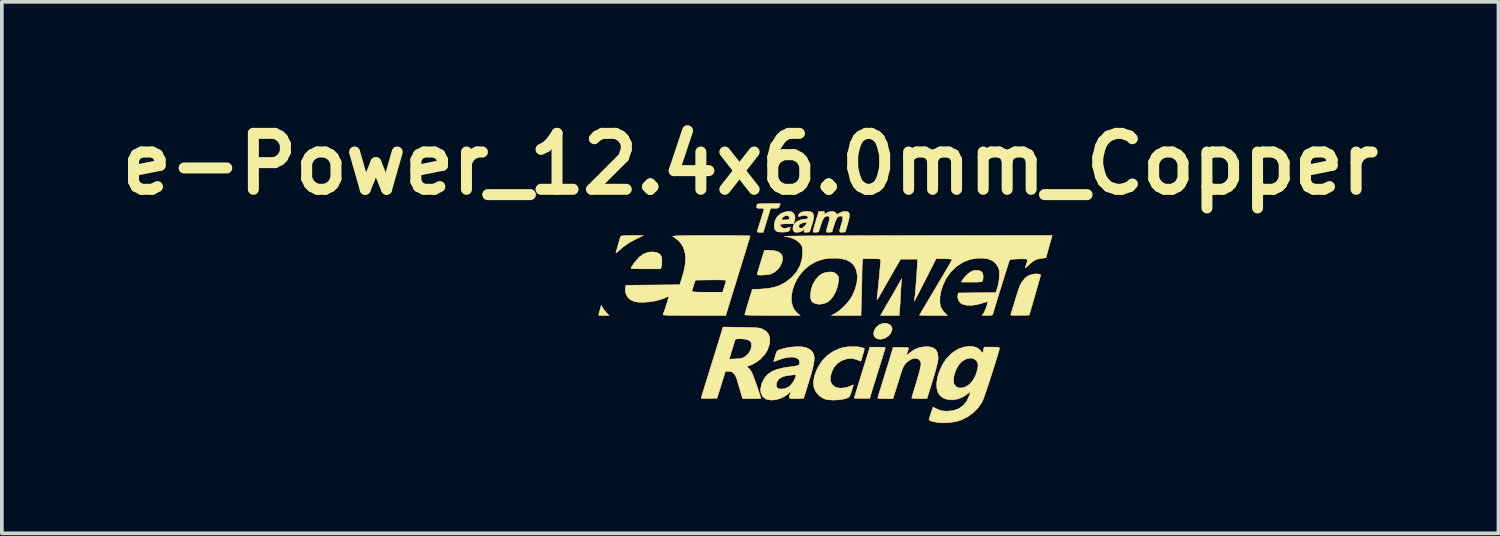
<source format=kicad_pcb>
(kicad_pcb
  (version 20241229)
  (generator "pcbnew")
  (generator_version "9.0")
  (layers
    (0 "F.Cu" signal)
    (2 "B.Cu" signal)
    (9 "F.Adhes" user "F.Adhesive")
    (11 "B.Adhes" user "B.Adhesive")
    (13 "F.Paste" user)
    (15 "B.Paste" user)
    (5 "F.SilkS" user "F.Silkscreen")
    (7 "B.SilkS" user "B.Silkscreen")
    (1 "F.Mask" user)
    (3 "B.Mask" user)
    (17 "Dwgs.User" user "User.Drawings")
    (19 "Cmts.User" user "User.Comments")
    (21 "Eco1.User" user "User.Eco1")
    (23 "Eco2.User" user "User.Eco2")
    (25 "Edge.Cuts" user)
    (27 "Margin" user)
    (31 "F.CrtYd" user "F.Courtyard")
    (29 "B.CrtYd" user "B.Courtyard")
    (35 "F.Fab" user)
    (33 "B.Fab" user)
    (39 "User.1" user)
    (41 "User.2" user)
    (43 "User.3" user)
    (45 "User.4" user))
  (footprint "e-Power_12.4x6.0mm_Copper"
    (layer "F.Cu")
    (at 19.42 5.482)
    (property "Reference" "e-Power_12.4x6.0mm_Copper" (at -2.032 -4.064 0) (layer "F.SilkS") (effects (font (size 1.524 1.524) (thickness 0.3))))
    (attr through_hole)
    (fp_poly (pts (xy -6.058 -0.155) (xy -6.025 -0.104) (xy -5.976 -0.043) (xy -5.952 -0.016) (xy -5.876 0.064) (xy -6.018 0.064) (xy -6.089 0.062) (xy -6.14 0.058) (xy -6.159 0.053) (xy -6.16 0.053) (xy -6.154 0.028) (xy -6.141 -0.025) (xy -6.124 -0.087) (xy -6.088 -0.215) (xy -6.058 -0.155)) (stroke (width 0.01) (type solid)) (fill yes) (layer "F.Cu"))
    (fp_poly (pts (xy 1.753 0.301) (xy 1.808 0.347) (xy 1.835 0.412) (xy 1.834 0.459) (xy 1.8 0.548) (xy 1.734 0.624) (xy 1.647 0.679) (xy 1.549 0.709) (xy 1.451 0.705) (xy 1.45 0.704) (xy 1.382 0.671) (xy 1.344 0.616) (xy 1.333 0.546) (xy 1.35 0.471) (xy 1.393 0.397) (xy 1.461 0.333) (xy 1.504 0.306) (xy 1.593 0.276) (xy 1.679 0.276) (xy 1.753 0.301)) (stroke (width 0.01) (type solid)) (fill yes) (layer "F.Cu"))
    (fp_poly (pts (xy 4.21 -1.159) (xy 4.272 -1.129) (xy 4.297 -1.101) (xy 4.315 -1.035) (xy 4.315 -0.95) (xy 4.305 -0.894) (xy 4.298 -0.875) (xy 4.285 -0.862) (xy 4.259 -0.854) (xy 4.212 -0.849) (xy 4.139 -0.847) (xy 4.031 -0.847) (xy 4.007 -0.847) (xy 3.723 -0.847) (xy 3.761 -0.912) (xy 3.817 -0.988) (xy 3.892 -1.061) (xy 3.972 -1.122) (xy 4.044 -1.159) (xy 4.051 -1.161) (xy 4.132 -1.17) (xy 4.21 -1.159)) (stroke (width 0.01) (type solid)) (fill yes) (layer "F.Cu"))
    (fp_poly (pts (xy -5.243 -2.116) (xy -4.942 -2.116) (xy -5.133 -2.024) (xy -5.332 -1.917) (xy -5.505 -1.794) (xy -5.617 -1.696) (xy -5.663 -1.654) (xy -5.685 -1.639) (xy -5.689 -1.649) (xy -5.682 -1.672) (xy -5.669 -1.717) (xy -5.649 -1.789) (xy -5.625 -1.875) (xy -5.618 -1.899) (xy -5.595 -1.981) (xy -5.574 -2.048) (xy -5.559 -2.089) (xy -5.557 -2.095) (xy -5.53 -2.104) (xy -5.467 -2.111) (xy -5.371 -2.115) (xy -5.248 -2.116) (xy -5.243 -2.116)) (stroke (width 0.01) (type solid)) (fill yes) (layer "F.Cu"))
    (fp_poly (pts (xy 2.087 -0.836) (xy 2.082 -0.773) (xy 2.076 -0.681) (xy 2.07 -0.571) (xy 2.064 -0.456) (xy 2.064 -0.455) (xy 2.058 -0.338) (xy 2.052 -0.224) (xy 2.046 -0.126) (xy 2.04 -0.058) (xy 2.028 0.064) (xy 1.521 0.064) (xy 1.589 -0.058) (xy 1.633 -0.135) (xy 1.688 -0.231) (xy 1.745 -0.327) (xy 1.758 -0.349) (xy 1.813 -0.443) (xy 1.879 -0.556) (xy 1.945 -0.671) (xy 1.978 -0.73) (xy 2.099 -0.942) (xy 2.087 -0.836)) (stroke (width 0.01) (type solid)) (fill yes) (layer "F.Cu"))
    (fp_poly (pts (xy -4.567 -1.649) (xy -4.493 -1.609) (xy -4.45 -1.543) (xy -4.435 -1.449) (xy -4.435 -1.434) (xy -4.438 -1.357) (xy -4.446 -1.289) (xy -4.451 -1.265) (xy -4.467 -1.206) (xy -4.88 -1.206) (xy -5.022 -1.207) (xy -5.126 -1.208) (xy -5.199 -1.21) (xy -5.245 -1.213) (xy -5.269 -1.22) (xy -5.277 -1.228) (xy -5.275 -1.241) (xy -5.272 -1.247) (xy -5.235 -1.305) (xy -5.18 -1.379) (xy -5.118 -1.454) (xy -5.063 -1.516) (xy -5.041 -1.537) (xy -4.922 -1.62) (xy -4.795 -1.663) (xy -4.676 -1.668) (xy -4.567 -1.649)) (stroke (width 0.01) (type solid)) (fill yes) (layer "F.Cu"))
    (fp_poly (pts (xy -1.525 -1.714) (xy -1.383 -1.704) (xy -1.275 -1.676) (xy -1.201 -1.629) (xy -1.188 -1.616) (xy -1.152 -1.545) (xy -1.148 -1.458) (xy -1.172 -1.364) (xy -1.219 -1.27) (xy -1.286 -1.185) (xy -1.369 -1.116) (xy -1.464 -1.07) (xy -1.469 -1.068) (xy -1.533 -1.054) (xy -1.61 -1.044) (xy -1.691 -1.038) (xy -1.763 -1.037) (xy -1.817 -1.041) (xy -1.841 -1.051) (xy -1.842 -1.053) (xy -1.836 -1.078) (xy -1.82 -1.136) (xy -1.795 -1.219) (xy -1.764 -1.322) (xy -1.743 -1.392) (xy -1.643 -1.714) (xy -1.525 -1.714)) (stroke (width 0.01) (type solid)) (fill yes) (layer "F.Cu"))
    (fp_poly (pts (xy 0.212 -1.119) (xy 0.261 -1.105) (xy 0.303 -1.076) (xy 0.322 -1.057) (xy 0.359 -1.017) (xy 0.376 -0.981) (xy 0.38 -0.932) (xy 0.375 -0.872) (xy 0.349 -0.727) (xy 0.3 -0.589) (xy 0.234 -0.465) (xy 0.156 -0.364) (xy 0.069 -0.297) (xy 0.064 -0.294) (xy -0.04 -0.256) (xy -0.15 -0.243) (xy -0.245 -0.255) (xy -0.32 -0.289) (xy -0.365 -0.341) (xy -0.386 -0.42) (xy -0.389 -0.494) (xy -0.369 -0.645) (xy -0.32 -0.789) (xy -0.245 -0.917) (xy -0.15 -1.02) (xy -0.062 -1.08) (xy 0.041 -1.113) (xy 0.138 -1.122) (xy 0.212 -1.119)) (stroke (width 0.01) (type solid)) (fill yes) (layer "F.Cu"))
    (fp_poly (pts (xy 5.836 -1.064) (xy 5.876 -1.051) (xy 5.884 -1.04) (xy 5.879 -1.017) (xy 5.863 -0.959) (xy 5.838 -0.871) (xy 5.806 -0.758) (xy 5.769 -0.627) (xy 5.729 -0.487) (xy 5.573 0.053) (xy 5.316 0.059) (xy 5.205 0.061) (xy 5.13 0.059) (xy 5.086 0.054) (xy 5.069 0.045) (xy 5.068 0.038) (xy 5.078 0.008) (xy 5.097 -0.053) (xy 5.123 -0.139) (xy 5.154 -0.241) (xy 5.165 -0.275) (xy 5.211 -0.426) (xy 5.247 -0.543) (xy 5.276 -0.631) (xy 5.298 -0.696) (xy 5.317 -0.745) (xy 5.335 -0.782) (xy 5.353 -0.815) (xy 5.375 -0.848) (xy 5.379 -0.855) (xy 5.456 -0.951) (xy 5.539 -1.015) (xy 5.643 -1.056) (xy 5.647 -1.057) (xy 5.709 -1.067) (xy 5.776 -1.069) (xy 5.836 -1.064)) (stroke (width 0.01) (type solid)) (fill yes) (layer "F.Cu"))
    (fp_poly (pts (xy 1.529 0.933) (xy 1.599 0.936) (xy 1.642 0.941) (xy 1.651 0.945) (xy 1.645 0.97) (xy 1.627 1.03) (xy 1.6 1.12) (xy 1.565 1.234) (xy 1.523 1.369) (xy 1.476 1.518) (xy 1.426 1.677) (xy 1.418 1.704) (xy 1.384 1.813) (xy 1.344 1.941) (xy 1.305 2.066) (xy 1.292 2.111) (xy 1.226 2.328) (xy 1.015 2.328) (xy 0.926 2.327) (xy 0.856 2.325) (xy 0.813 2.321) (xy 0.804 2.318) (xy 0.81 2.296) (xy 0.827 2.239) (xy 0.854 2.151) (xy 0.888 2.038) (xy 0.929 1.906) (xy 0.974 1.759) (xy 0.986 1.72) (xy 1.034 1.564) (xy 1.08 1.417) (xy 1.121 1.284) (xy 1.156 1.172) (xy 1.182 1.088) (xy 1.197 1.036) (xy 1.199 1.032) (xy 1.229 0.931) (xy 1.44 0.931) (xy 1.529 0.933)) (stroke (width 0.01) (type solid)) (fill yes) (layer "F.Cu"))
    (fp_poly (pts (xy -1.231 -2.921) (xy -1.247 -2.884) (xy -1.271 -2.865) (xy -1.315 -2.858) (xy -1.363 -2.857) (xy -1.474 -2.857) (xy -1.508 -2.746) (xy -1.529 -2.677) (xy -1.558 -2.583) (xy -1.591 -2.478) (xy -1.609 -2.418) (xy -1.675 -2.201) (xy -1.761 -2.201) (xy -1.815 -2.204) (xy -1.837 -2.216) (xy -1.836 -2.238) (xy -1.826 -2.272) (xy -1.806 -2.337) (xy -1.779 -2.424) (xy -1.748 -2.524) (xy -1.746 -2.529) (xy -1.715 -2.63) (xy -1.688 -2.718) (xy -1.668 -2.784) (xy -1.657 -2.82) (xy -1.657 -2.82) (xy -1.656 -2.842) (xy -1.676 -2.853) (xy -1.726 -2.857) (xy -1.757 -2.857) (xy -1.821 -2.859) (xy -1.852 -2.866) (xy -1.859 -2.883) (xy -1.855 -2.905) (xy -1.845 -2.949) (xy -1.842 -2.969) (xy -1.822 -2.974) (xy -1.767 -2.979) (xy -1.684 -2.982) (xy -1.581 -2.984) (xy -1.525 -2.985) (xy -1.209 -2.985) (xy -1.231 -2.921)) (stroke (width 0.01) (type solid)) (fill yes) (layer "F.Cu"))
    (fp_poly (pts (xy -0.398 -2.765) (xy -0.339 -2.74) (xy -0.307 -2.693) (xy -0.299 -2.621) (xy -0.316 -2.521) (xy -0.355 -2.387) (xy -0.356 -2.381) (xy -0.413 -2.212) (xy -0.494 -2.205) (xy -0.546 -2.203) (xy -0.565 -2.212) (xy -0.562 -2.239) (xy -0.56 -2.246) (xy -0.545 -2.293) (xy -0.604 -2.247) (xy -0.665 -2.216) (xy -0.736 -2.202) (xy -0.803 -2.207) (xy -0.842 -2.227) (xy -0.866 -2.277) (xy -0.864 -2.345) (xy -0.853 -2.375) (xy -0.709 -2.375) (xy -0.699 -2.34) (xy -0.659 -2.311) (xy -0.613 -2.318) (xy -0.555 -2.363) (xy -0.549 -2.369) (xy -0.501 -2.424) (xy -0.489 -2.459) (xy -0.513 -2.473) (xy -0.565 -2.469) (xy -0.636 -2.448) (xy -0.687 -2.414) (xy -0.709 -2.375) (xy -0.853 -2.375) (xy -0.839 -2.415) (xy -0.815 -2.451) (xy -0.75 -2.502) (xy -0.658 -2.541) (xy -0.554 -2.56) (xy -0.521 -2.561) (xy -0.469 -2.572) (xy -0.451 -2.601) (xy -0.468 -2.638) (xy -0.51 -2.659) (xy -0.576 -2.661) (xy -0.654 -2.645) (xy -0.684 -2.634) (xy -0.713 -2.63) (xy -0.718 -2.655) (xy -0.716 -2.669) (xy -0.688 -2.721) (xy -0.623 -2.756) (xy -0.522 -2.772) (xy -0.485 -2.773) (xy -0.398 -2.765)) (stroke (width 0.01) (type solid)) (fill yes) (layer "F.Cu"))
    (fp_poly (pts (xy -0.919 -2.767) (xy -0.876 -2.746) (xy -0.848 -2.717) (xy -0.812 -2.651) (xy -0.808 -2.578) (xy -0.828 -2.501) (xy -0.851 -2.434) (xy -1.027 -2.434) (xy -1.11 -2.432) (xy -1.175 -2.426) (xy -1.212 -2.417) (xy -1.217 -2.414) (xy -1.213 -2.385) (xy -1.184 -2.35) (xy -1.144 -2.319) (xy -1.106 -2.307) (xy -1.06 -2.313) (xy -1.001 -2.327) (xy -0.999 -2.327) (xy -0.953 -2.338) (xy -0.937 -2.332) (xy -0.943 -2.303) (xy -0.943 -2.301) (xy -0.962 -2.255) (xy -0.976 -2.234) (xy -1.01 -2.22) (xy -1.071 -2.212) (xy -1.146 -2.208) (xy -1.222 -2.21) (xy -1.282 -2.218) (xy -1.306 -2.226) (xy -1.353 -2.271) (xy -1.376 -2.342) (xy -1.375 -2.429) (xy -1.352 -2.522) (xy -1.332 -2.56) (xy -1.176 -2.56) (xy -1.172 -2.546) (xy -1.14 -2.541) (xy -1.081 -2.54) (xy -1.009 -2.544) (xy -0.97 -2.559) (xy -0.96 -2.573) (xy -0.963 -2.613) (xy -0.981 -2.641) (xy -1.028 -2.662) (xy -1.085 -2.651) (xy -1.14 -2.612) (xy -1.159 -2.588) (xy -1.176 -2.56) (xy -1.332 -2.56) (xy -1.305 -2.611) (xy -1.289 -2.633) (xy -1.211 -2.702) (xy -1.109 -2.751) (xy -1 -2.773) (xy -0.987 -2.773) (xy -0.919 -2.767)) (stroke (width 0.01) (type solid)) (fill yes) (layer "F.Cu"))
    (fp_poly (pts (xy 0.883 0.916) (xy 0.971 0.927) (xy 1.038 0.943) (xy 1.075 0.965) (xy 1.079 0.977) (xy 1.074 1.004) (xy 1.06 1.059) (xy 1.04 1.128) (xy 1.02 1.2) (xy 1.001 1.261) (xy 0.988 1.3) (xy 0.985 1.307) (xy 0.965 1.303) (xy 0.918 1.285) (xy 0.878 1.268) (xy 0.751 1.234) (xy 0.616 1.241) (xy 0.476 1.288) (xy 0.442 1.305) (xy 0.336 1.378) (xy 0.257 1.47) (xy 0.195 1.593) (xy 0.189 1.608) (xy 0.155 1.736) (xy 0.156 1.846) (xy 0.192 1.934) (xy 0.262 1.999) (xy 0.345 2.034) (xy 0.441 2.044) (xy 0.554 2.032) (xy 0.668 2.001) (xy 0.728 1.974) (xy 0.769 1.956) (xy 0.781 1.959) (xy 0.778 1.973) (xy 0.767 2.008) (xy 0.748 2.069) (xy 0.729 2.135) (xy 0.698 2.224) (xy 0.663 2.282) (xy 0.648 2.296) (xy 0.574 2.327) (xy 0.472 2.35) (xy 0.351 2.364) (xy 0.226 2.368) (xy 0.108 2.362) (xy 0.017 2.345) (xy -0.043 2.319) (xy -0.114 2.275) (xy -0.158 2.24) (xy -0.246 2.137) (xy -0.296 2.016) (xy -0.307 1.876) (xy -0.281 1.718) (xy -0.216 1.542) (xy -0.187 1.48) (xy -0.077 1.305) (xy 0.064 1.158) (xy 0.232 1.041) (xy 0.422 0.959) (xy 0.48 0.942) (xy 0.572 0.924) (xy 0.675 0.914) (xy 0.782 0.912) (xy 0.883 0.916)) (stroke (width 0.01) (type solid)) (fill yes) (layer "F.Cu"))
    (fp_poly (pts (xy -0.025 -2.77) (xy -0.004 -2.758) (xy -0.006 -2.73) (xy -0.006 -2.73) (xy -0.018 -2.687) (xy 0.052 -2.73) (xy 0.13 -2.764) (xy 0.208 -2.772) (xy 0.272 -2.756) (xy 0.303 -2.729) (xy 0.334 -2.686) (xy 0.405 -2.729) (xy 0.475 -2.759) (xy 0.551 -2.772) (xy 0.617 -2.766) (xy 0.652 -2.747) (xy 0.671 -2.71) (xy 0.673 -2.648) (xy 0.659 -2.558) (xy 0.627 -2.436) (xy 0.617 -2.402) (xy 0.559 -2.212) (xy 0.48 -2.205) (xy 0.439 -2.203) (xy 0.415 -2.21) (xy 0.406 -2.233) (xy 0.412 -2.277) (xy 0.432 -2.351) (xy 0.454 -2.421) (xy 0.482 -2.52) (xy 0.492 -2.587) (xy 0.486 -2.626) (xy 0.461 -2.643) (xy 0.436 -2.646) (xy 0.387 -2.638) (xy 0.348 -2.609) (xy 0.312 -2.554) (xy 0.277 -2.466) (xy 0.256 -2.402) (xy 0.197 -2.212) (xy 0.12 -2.205) (xy 0.079 -2.203) (xy 0.055 -2.21) (xy 0.046 -2.233) (xy 0.052 -2.278) (xy 0.073 -2.352) (xy 0.094 -2.421) (xy 0.122 -2.52) (xy 0.133 -2.587) (xy 0.126 -2.626) (xy 0.101 -2.643) (xy 0.076 -2.646) (xy 0.028 -2.638) (xy -0.011 -2.61) (xy -0.046 -2.556) (xy -0.082 -2.47) (xy -0.105 -2.402) (xy -0.166 -2.212) (xy -0.244 -2.205) (xy -0.295 -2.203) (xy -0.315 -2.214) (xy -0.314 -2.247) (xy -0.312 -2.258) (xy -0.301 -2.302) (xy -0.281 -2.376) (xy -0.254 -2.468) (xy -0.231 -2.545) (xy -0.16 -2.773) (xy -0.078 -2.773) (xy -0.025 -2.77)) (stroke (width 0.01) (type solid)) (fill yes) (layer "F.Cu"))
    (fp_poly (pts (xy 2.858 0.918) (xy 2.961 0.947) (xy 3.033 1.004) (xy 3.076 1.09) (xy 3.09 1.206) (xy 3.09 1.211) (xy 3.087 1.263) (xy 3.077 1.329) (xy 3.059 1.414) (xy 3.031 1.521) (xy 2.993 1.655) (xy 2.944 1.82) (xy 2.883 2.02) (xy 2.867 2.069) (xy 2.786 2.328) (xy 2.578 2.328) (xy 2.49 2.327) (xy 2.421 2.323) (xy 2.379 2.316) (xy 2.371 2.312) (xy 2.377 2.287) (xy 2.393 2.229) (xy 2.419 2.143) (xy 2.451 2.035) (xy 2.489 1.912) (xy 2.498 1.883) (xy 2.536 1.753) (xy 2.571 1.632) (xy 2.598 1.527) (xy 2.616 1.446) (xy 2.624 1.397) (xy 2.625 1.393) (xy 2.609 1.313) (xy 2.566 1.259) (xy 2.502 1.232) (xy 2.424 1.234) (xy 2.338 1.264) (xy 2.251 1.325) (xy 2.235 1.34) (xy 2.199 1.377) (xy 2.17 1.414) (xy 2.144 1.459) (xy 2.119 1.52) (xy 2.089 1.604) (xy 2.052 1.719) (xy 2.044 1.746) (xy 2.006 1.868) (xy 1.968 1.988) (xy 1.935 2.093) (xy 1.909 2.174) (xy 1.902 2.196) (xy 1.859 2.328) (xy 1.648 2.328) (xy 1.552 2.328) (xy 1.491 2.325) (xy 1.458 2.319) (xy 1.446 2.307) (xy 1.448 2.291) (xy 1.457 2.262) (xy 1.476 2.198) (xy 1.505 2.104) (xy 1.542 1.987) (xy 1.584 1.85) (xy 1.63 1.7) (xy 1.642 1.662) (xy 1.69 1.507) (xy 1.734 1.363) (xy 1.774 1.235) (xy 1.806 1.129) (xy 1.83 1.05) (xy 1.844 1.005) (xy 1.845 1) (xy 1.865 0.931) (xy 2.075 0.931) (xy 2.164 0.933) (xy 2.234 0.938) (xy 2.277 0.945) (xy 2.286 0.95) (xy 2.279 0.98) (xy 2.263 1.033) (xy 2.255 1.056) (xy 2.239 1.108) (xy 2.234 1.139) (xy 2.237 1.143) (xy 2.258 1.13) (xy 2.299 1.098) (xy 2.321 1.08) (xy 2.446 0.99) (xy 2.58 0.937) (xy 2.722 0.915) (xy 2.858 0.918)) (stroke (width 0.01) (type solid)) (fill yes) (layer "F.Cu"))
    (fp_poly (pts (xy -0.618 0.918) (xy -0.507 0.939) (xy -0.444 0.965) (xy -0.38 1.009) (xy -0.332 1.059) (xy -0.301 1.119) (xy -0.286 1.194) (xy -0.288 1.288) (xy -0.306 1.405) (xy -0.34 1.55) (xy -0.39 1.727) (xy -0.43 1.858) (xy -0.471 1.988) (xy -0.507 2.105) (xy -0.537 2.202) (xy -0.559 2.273) (xy -0.57 2.312) (xy -0.572 2.318) (xy -0.591 2.323) (xy -0.644 2.326) (xy -0.721 2.328) (xy -0.775 2.328) (xy -0.87 2.329) (xy -0.929 2.326) (xy -0.959 2.315) (xy -0.966 2.29) (xy -0.956 2.244) (xy -0.939 2.18) (xy -0.931 2.149) (xy -0.938 2.144) (xy -0.964 2.166) (xy -0.992 2.192) (xy -1.093 2.269) (xy -1.213 2.326) (xy -1.339 2.36) (xy -1.462 2.369) (xy -1.571 2.351) (xy -1.609 2.335) (xy -1.689 2.272) (xy -1.735 2.186) (xy -1.748 2.079) (xy -1.725 1.954) (xy -1.723 1.947) (xy -1.32 1.947) (xy -1.309 2.011) (xy -1.273 2.053) (xy -1.255 2.061) (xy -1.175 2.067) (xy -1.081 2.052) (xy -0.995 2.017) (xy -0.985 2.011) (xy -0.916 1.951) (xy -0.853 1.866) (xy -0.806 1.771) (xy -0.793 1.73) (xy -0.786 1.692) (xy -0.797 1.677) (xy -0.836 1.678) (xy -0.86 1.681) (xy -0.936 1.691) (xy -1.02 1.702) (xy -1.038 1.704) (xy -1.151 1.733) (xy -1.241 1.788) (xy -1.299 1.864) (xy -1.303 1.873) (xy -1.32 1.947) (xy -1.723 1.947) (xy -1.692 1.866) (xy -1.628 1.752) (xy -1.544 1.66) (xy -1.435 1.587) (xy -1.296 1.531) (xy -1.125 1.489) (xy -0.975 1.466) (xy -0.863 1.451) (xy -0.785 1.439) (xy -0.736 1.427) (xy -0.708 1.414) (xy -0.694 1.398) (xy -0.689 1.384) (xy -0.686 1.308) (xy -0.718 1.252) (xy -0.78 1.214) (xy -0.869 1.197) (xy -0.98 1.201) (xy -1.109 1.225) (xy -1.254 1.272) (xy -1.275 1.281) (xy -1.343 1.306) (xy -1.383 1.314) (xy -1.391 1.306) (xy -1.38 1.274) (xy -1.362 1.214) (xy -1.343 1.15) (xy -1.32 1.079) (xy -1.299 1.037) (xy -1.269 1.012) (xy -1.219 0.992) (xy -1.201 0.987) (xy -1.053 0.947) (xy -0.9 0.923) (xy -0.752 0.913) (xy -0.618 0.918)) (stroke (width 0.01) (type solid)) (fill yes) (layer "F.Cu"))
    (fp_poly (pts (xy -2.897 -2.115) (xy -2.702 -2.115) (xy -2.524 -2.114) (xy -2.367 -2.112) (xy -2.236 -2.111) (xy -2.134 -2.109) (xy -2.065 -2.106) (xy -2.034 -2.104) (xy -2.032 -2.103) (xy -2.038 -2.08) (xy -2.055 -2.021) (xy -2.082 -1.932) (xy -2.117 -1.817) (xy -2.159 -1.68) (xy -2.206 -1.526) (xy -2.246 -1.399) (xy -2.303 -1.213) (xy -2.363 -1.021) (xy -2.421 -0.831) (xy -2.477 -0.651) (xy -2.526 -0.492) (xy -2.566 -0.36) (xy -2.578 -0.323) (xy -2.697 0.064) (xy -3.563 0.064) (xy -3.784 0.063) (xy -3.965 0.062) (xy -4.111 0.061) (xy -4.224 0.059) (xy -4.307 0.056) (xy -4.363 0.052) (xy -4.396 0.047) (xy -4.409 0.041) (xy -4.408 0.037) (xy -4.394 0.007) (xy -4.372 -0.053) (xy -4.344 -0.132) (xy -4.316 -0.22) (xy -4.289 -0.306) (xy -4.268 -0.379) (xy -4.256 -0.429) (xy -4.255 -0.442) (xy -4.271 -0.45) (xy -4.319 -0.433) (xy -4.341 -0.422) (xy -4.464 -0.373) (xy -4.612 -0.334) (xy -4.772 -0.308) (xy -4.93 -0.296) (xy -5.076 -0.299) (xy -5.19 -0.318) (xy -5.296 -0.367) (xy -5.375 -0.443) (xy -5.423 -0.538) (xy -5.43 -0.598) (xy -3.618 -0.598) (xy -3.609 -0.588) (xy -3.577 -0.581) (xy -3.518 -0.576) (xy -3.429 -0.573) (xy -3.304 -0.572) (xy -3.2 -0.572) (xy -2.781 -0.572) (xy -2.735 -0.72) (xy -2.712 -0.796) (xy -2.695 -0.856) (xy -2.688 -0.889) (xy -2.688 -0.89) (xy -2.709 -0.898) (xy -2.77 -0.903) (xy -2.868 -0.906) (xy -3.001 -0.906) (xy -3.106 -0.905) (xy -3.524 -0.9) (xy -3.57 -0.762) (xy -3.593 -0.689) (xy -3.611 -0.63) (xy -3.618 -0.598) (xy -5.43 -0.598) (xy -5.436 -0.646) (xy -5.431 -0.686) (xy -5.417 -0.761) (xy -3.951 -0.773) (xy -3.902 -0.921) (xy -3.839 -1.139) (xy -3.802 -1.329) (xy -3.791 -1.494) (xy -3.806 -1.641) (xy -3.846 -1.773) (xy -3.865 -1.814) (xy -3.917 -1.9) (xy -3.984 -1.974) (xy -4.075 -2.046) (xy -4.14 -2.089) (xy -4.141 -2.095) (xy -4.122 -2.1) (xy -4.079 -2.104) (xy -4.011 -2.107) (xy -3.914 -2.11) (xy -3.787 -2.112) (xy -3.626 -2.114) (xy -3.429 -2.115) (xy -3.193 -2.115) (xy -3.106 -2.115) (xy -2.897 -2.115)) (stroke (width 0.01) (type solid)) (fill yes) (layer "F.Cu"))
    (fp_poly (pts (xy 4.039 0.916) (xy 4.142 0.946) (xy 4.221 0.999) (xy 4.252 1.038) (xy 4.28 1.078) (xy 4.3 1.084) (xy 4.315 1.052) (xy 4.328 1) (xy 4.343 0.931) (xy 4.553 0.931) (xy 4.656 0.933) (xy 4.722 0.938) (xy 4.756 0.948) (xy 4.763 0.958) (xy 4.756 0.992) (xy 4.738 1.061) (xy 4.709 1.158) (xy 4.673 1.278) (xy 4.631 1.415) (xy 4.584 1.562) (xy 4.535 1.714) (xy 4.486 1.866) (xy 4.438 2.011) (xy 4.393 2.143) (xy 4.353 2.257) (xy 4.321 2.347) (xy 4.297 2.407) (xy 4.289 2.423) (xy 4.185 2.579) (xy 4.048 2.718) (xy 3.888 2.834) (xy 3.712 2.919) (xy 3.616 2.95) (xy 3.485 2.976) (xy 3.337 2.991) (xy 3.193 2.994) (xy 3.069 2.984) (xy 3.069 2.984) (xy 2.96 2.963) (xy 2.884 2.939) (xy 2.845 2.913) (xy 2.842 2.894) (xy 2.853 2.862) (xy 2.873 2.802) (xy 2.897 2.726) (xy 2.9 2.717) (xy 2.949 2.567) (xy 3.067 2.622) (xy 3.147 2.654) (xy 3.223 2.671) (xy 3.317 2.677) (xy 3.344 2.677) (xy 3.513 2.659) (xy 3.658 2.605) (xy 3.779 2.517) (xy 3.875 2.395) (xy 3.946 2.239) (xy 3.959 2.198) (xy 3.966 2.169) (xy 3.961 2.16) (xy 3.938 2.172) (xy 3.889 2.207) (xy 3.866 2.225) (xy 3.743 2.301) (xy 3.612 2.348) (xy 3.482 2.368) (xy 3.358 2.361) (xy 3.247 2.326) (xy 3.156 2.266) (xy 3.092 2.18) (xy 3.088 2.172) (xy 3.054 2.048) (xy 3.051 1.901) (xy 3.064 1.82) (xy 3.508 1.82) (xy 3.517 1.914) (xy 3.533 1.954) (xy 3.587 2.016) (xy 3.665 2.045) (xy 3.759 2.041) (xy 3.843 2.013) (xy 3.951 1.941) (xy 4.042 1.833) (xy 4.115 1.692) (xy 4.138 1.626) (xy 4.169 1.509) (xy 4.178 1.42) (xy 4.163 1.351) (xy 4.126 1.294) (xy 4.125 1.293) (xy 4.052 1.244) (xy 3.963 1.23) (xy 3.863 1.251) (xy 3.759 1.306) (xy 3.751 1.312) (xy 3.675 1.385) (xy 3.61 1.482) (xy 3.558 1.594) (xy 3.523 1.71) (xy 3.508 1.82) (xy 3.064 1.82) (xy 3.078 1.738) (xy 3.109 1.636) (xy 3.197 1.431) (xy 3.307 1.259) (xy 3.443 1.116) (xy 3.544 1.039) (xy 3.665 0.972) (xy 3.793 0.93) (xy 3.92 0.911) (xy 4.039 0.916)) (stroke (width 0.01) (type solid)) (fill yes) (layer "F.Cu"))
    (fp_poly (pts (xy -2.279 0.385) (xy -2.116 0.388) (xy -1.989 0.392) (xy -1.893 0.396) (xy -1.822 0.402) (xy -1.768 0.41) (xy -1.727 0.421) (xy -1.699 0.432) (xy -1.594 0.495) (xy -1.526 0.579) (xy -1.494 0.685) (xy -1.499 0.811) (xy -1.513 0.873) (xy -1.561 1.009) (xy -1.633 1.126) (xy -1.738 1.239) (xy -1.744 1.245) (xy -1.811 1.299) (xy -1.891 1.352) (xy -1.973 1.397) (xy -2.044 1.428) (xy -2.09 1.439) (xy -2.115 1.449) (xy -2.105 1.473) (xy -2.075 1.498) (xy -2.042 1.528) (xy -2.007 1.579) (xy -1.969 1.657) (xy -1.925 1.764) (xy -1.874 1.906) (xy -1.838 2.01) (xy -1.803 2.116) (xy -1.773 2.207) (xy -1.75 2.276) (xy -1.737 2.316) (xy -1.736 2.322) (xy -1.755 2.325) (xy -1.809 2.327) (xy -1.889 2.328) (xy -1.986 2.328) (xy -2.237 2.328) (xy -2.307 2.09) (xy -2.337 1.989) (xy -2.364 1.896) (xy -2.385 1.822) (xy -2.396 1.784) (xy -2.423 1.721) (xy -2.464 1.657) (xy -2.469 1.652) (xy -2.513 1.609) (xy -2.563 1.59) (xy -2.614 1.587) (xy -2.706 1.587) (xy -2.772 1.804) (xy -2.806 1.915) (xy -2.842 2.029) (xy -2.874 2.13) (xy -2.887 2.17) (xy -2.935 2.318) (xy -3.15 2.324) (xy -3.24 2.325) (xy -3.311 2.324) (xy -3.355 2.321) (xy -3.365 2.317) (xy -3.359 2.294) (xy -3.343 2.237) (xy -3.317 2.151) (xy -3.284 2.042) (xy -3.245 1.917) (xy -3.226 1.856) (xy -3.178 1.701) (xy -3.127 1.538) (xy -3.078 1.378) (xy -3.039 1.253) (xy -2.602 1.253) (xy -2.426 1.246) (xy -2.332 1.24) (xy -2.265 1.228) (xy -2.212 1.209) (xy -2.163 1.18) (xy -2.075 1.1) (xy -2.016 1) (xy -1.993 0.891) (xy -1.994 0.861) (xy -2.003 0.801) (xy -2.027 0.764) (xy -2.074 0.736) (xy -2.164 0.708) (xy -2.286 0.699) (xy -2.29 0.699) (xy -2.365 0.699) (xy -2.409 0.705) (xy -2.432 0.72) (xy -2.446 0.748) (xy -2.452 0.767) (xy -2.473 0.833) (xy -2.501 0.923) (xy -2.531 1.022) (xy -2.56 1.115) (xy -2.581 1.186) (xy -2.583 1.193) (xy -2.602 1.253) (xy -3.039 1.253) (xy -3.033 1.233) (xy -2.997 1.117) (xy -2.995 1.111) (xy -2.955 0.981) (xy -2.912 0.842) (xy -2.871 0.711) (xy -2.838 0.602) (xy -2.836 0.596) (xy -2.769 0.378) (xy -2.279 0.385)) (stroke (width 0.01) (type solid)) (fill yes) (layer "F.Cu"))
    (fp_poly (pts (xy 6.17 -2.016) (xy 6.151 -1.95) (xy 6.126 -1.859) (xy 6.097 -1.758) (xy 6.085 -1.712) (xy 6.028 -1.508) (xy 5.912 -1.494) (xy 5.805 -1.474) (xy 5.714 -1.437) (xy 5.626 -1.375) (xy 5.562 -1.316) (xy 5.511 -1.269) (xy 5.475 -1.238) (xy 5.461 -1.231) (xy 5.461 -1.231) (xy 5.467 -1.257) (xy 5.484 -1.308) (xy 5.493 -1.333) (xy 5.514 -1.397) (xy 5.523 -1.439) (xy 5.512 -1.464) (xy 5.477 -1.476) (xy 5.411 -1.479) (xy 5.31 -1.478) (xy 5.289 -1.477) (xy 5.179 -1.473) (xy 5.105 -1.467) (xy 5.06 -1.457) (xy 5.038 -1.443) (xy 5.035 -1.439) (xy 5.026 -1.415) (xy 5.007 -1.355) (xy 4.978 -1.266) (xy 4.943 -1.153) (xy 4.902 -1.023) (xy 4.857 -0.879) (xy 4.81 -0.729) (xy 4.763 -0.577) (xy 4.717 -0.429) (xy 4.675 -0.291) (xy 4.638 -0.168) (xy 4.607 -0.066) (xy 4.585 0.009) (xy 4.58 0.026) (xy 4.567 0.046) (xy 4.537 0.058) (xy 4.481 0.063) (xy 4.42 0.064) (xy 4.343 0.063) (xy 4.302 0.06) (xy 4.291 0.052) (xy 4.302 0.036) (xy 4.313 0.026) (xy 4.335 -0.005) (xy 4.362 -0.062) (xy 4.391 -0.131) (xy 4.416 -0.203) (xy 4.433 -0.264) (xy 4.439 -0.304) (xy 4.437 -0.311) (xy 4.415 -0.309) (xy 4.363 -0.295) (xy 4.29 -0.272) (xy 4.263 -0.263) (xy 4.13 -0.229) (xy 3.997 -0.213) (xy 3.875 -0.215) (xy 3.773 -0.236) (xy 3.711 -0.267) (xy 3.653 -0.334) (xy 3.624 -0.418) (xy 3.628 -0.496) (xy 3.641 -0.55) (xy 4.152 -0.555) (xy 4.662 -0.561) (xy 4.704 -0.688) (xy 4.727 -0.775) (xy 4.746 -0.881) (xy 4.757 -0.984) (xy 4.757 -0.986) (xy 4.76 -1.083) (xy 4.756 -1.153) (xy 4.741 -1.213) (xy 4.725 -1.253) (xy 4.66 -1.356) (xy 4.569 -1.431) (xy 4.449 -1.478) (xy 4.298 -1.499) (xy 4.158 -1.497) (xy 3.961 -1.464) (xy 3.774 -1.391) (xy 3.601 -1.279) (xy 3.443 -1.13) (xy 3.413 -1.094) (xy 3.311 -0.949) (xy 3.231 -0.788) (xy 3.173 -0.619) (xy 3.141 -0.452) (xy 3.137 -0.295) (xy 3.155 -0.184) (xy 3.184 -0.121) (xy 3.232 -0.053) (xy 3.261 -0.02) (xy 3.344 0.064) (xy 2.963 0.064) (xy 2.842 0.063) (xy 2.736 0.062) (xy 2.653 0.06) (xy 2.6 0.058) (xy 2.582 0.055) (xy 2.593 0.036) (xy 2.623 -0.016) (xy 2.67 -0.097) (xy 2.732 -0.202) (xy 2.807 -0.328) (xy 2.892 -0.471) (xy 2.985 -0.628) (xy 3.027 -0.698) (xy 3.123 -0.859) (xy 3.212 -1.01) (xy 3.291 -1.145) (xy 3.359 -1.261) (xy 3.413 -1.354) (xy 3.45 -1.421) (xy 3.469 -1.457) (xy 3.471 -1.462) (xy 3.452 -1.47) (xy 3.398 -1.477) (xy 3.321 -1.481) (xy 3.254 -1.482) (xy 3.036 -1.482) (xy 2.74 -0.902) (xy 2.667 -0.758) (xy 2.6 -0.628) (xy 2.542 -0.515) (xy 2.495 -0.425) (xy 2.461 -0.361) (xy 2.444 -0.328) (xy 2.441 -0.325) (xy 2.442 -0.346) (xy 2.449 -0.395) (xy 2.455 -0.434) (xy 2.462 -0.486) (xy 2.47 -0.571) (xy 2.479 -0.683) (xy 2.489 -0.811) (xy 2.499 -0.949) (xy 2.509 -1.087) (xy 2.517 -1.218) (xy 2.523 -1.333) (xy 2.526 -1.386) (xy 2.529 -1.471) (xy 2.068 -1.471) (xy 1.878 -1.143) (xy 1.804 -1.013) (xy 1.724 -0.874) (xy 1.647 -0.739) (xy 1.579 -0.62) (xy 1.552 -0.572) (xy 1.497 -0.474) (xy 1.46 -0.411) (xy 1.437 -0.377) (xy 1.426 -0.37) (xy 1.424 -0.386) (xy 1.428 -0.423) (xy 1.428 -0.423) (xy 1.435 -0.483) (xy 1.444 -0.572) (xy 1.456 -0.683) (xy 1.468 -0.807) (xy 1.481 -0.939) (xy 1.493 -1.069) (xy 1.504 -1.19) (xy 1.513 -1.295) (xy 1.52 -1.376) (xy 1.524 -1.425) (xy 1.524 -1.434) (xy 1.522 -1.455) (xy 1.512 -1.468) (xy 1.487 -1.476) (xy 1.439 -1.48) (xy 1.361 -1.482) (xy 1.283 -1.482) (xy 1.043 -1.482) (xy 1.03 -1.402) (xy 1.024 -1.346) (xy 1.019 -1.262) (xy 1.017 -1.163) (xy 1.016 -1.109) (xy 1.016 -1.023) (xy 1.014 -0.904) (xy 1.011 -0.763) (xy 1.007 -0.61) (xy 1.003 -0.454) (xy 1.002 -0.416) (xy 0.988 0.064) (xy 0.584 0.063) (xy 0.18 0.062) (xy 0.286 0.007) (xy 0.384 -0.058) (xy 0.491 -0.149) (xy 0.595 -0.257) (xy 0.686 -0.369) (xy 0.753 -0.476) (xy 0.759 -0.488) (xy 0.836 -0.674) (xy 0.879 -0.85) (xy 0.889 -1.012) (xy 0.866 -1.157) (xy 0.809 -1.281) (xy 0.781 -1.319) (xy 0.695 -1.398) (xy 0.584 -1.453) (xy 0.444 -1.486) (xy 0.328 -1.498) (xy 0.141 -1.497) (xy -0.025 -1.474) (xy -0.183 -1.425) (xy -0.272 -1.386) (xy -0.419 -1.3) (xy -0.55 -1.19) (xy -0.663 -1.062) (xy -0.757 -0.921) (xy -0.83 -0.772) (xy -0.88 -0.62) (xy -0.906 -0.469) (xy -0.906 -0.326) (xy -0.878 -0.195) (xy -0.821 -0.081) (xy -0.738 0.007) (xy -0.667 0.063) (xy -1.423 0.063) (xy -1.599 0.063) (xy -1.76 0.061) (xy -1.902 0.059) (xy -2.019 0.056) (xy -2.108 0.053) (xy -2.163 0.049) (xy -2.18 0.045) (xy -2.174 0.019) (xy -2.158 -0.039) (xy -2.133 -0.124) (xy -2.102 -0.228) (xy -2.077 -0.31) (xy -1.974 -0.646) (xy -1.722 -0.658) (xy -1.531 -0.675) (xy -1.37 -0.707) (xy -1.229 -0.755) (xy -1.096 -0.825) (xy -1.067 -0.843) (xy -0.898 -0.974) (xy -0.767 -1.124) (xy -0.674 -1.29) (xy -0.619 -1.473) (xy -0.604 -1.642) (xy -0.605 -1.73) (xy -0.611 -1.79) (xy -0.625 -1.833) (xy -0.651 -1.875) (xy -0.664 -1.893) (xy -0.751 -1.974) (xy -0.871 -2.037) (xy -1.02 -2.08) (xy -1.103 -2.093) (xy -1.101 -2.095) (xy -1.058 -2.097) (xy -0.975 -2.099) (xy -0.855 -2.101) (xy -0.699 -2.103) (xy -0.508 -2.105) (xy -0.283 -2.106) (xy -0.028 -2.108) (xy 0.258 -2.109) (xy 0.572 -2.11) (xy 0.913 -2.111) (xy 1.28 -2.112) (xy 1.67 -2.113) (xy 2.083 -2.114) (xy 2.469 -2.114) (xy 6.198 -2.117) (xy 6.17 -2.016)) (stroke (width 0.01) (type solid)) (fill yes) (layer "F.Cu"))
    (fp_poly (pts (xy -6.058 -0.155) (xy -6.025 -0.104) (xy -5.976 -0.043) (xy -5.952 -0.016) (xy -5.876 0.064) (xy -6.018 0.064) (xy -6.089 0.062) (xy -6.14 0.058) (xy -6.159 0.053) (xy -6.16 0.053) (xy -6.154 0.028) (xy -6.141 -0.025) (xy -6.124 -0.087) (xy -6.088 -0.215) (xy -6.058 -0.155)) (stroke (width 0.01) (type solid)) (fill yes) (layer "F.SilkS"))
    (fp_poly (pts (xy 1.753 0.301) (xy 1.808 0.347) (xy 1.835 0.412) (xy 1.834 0.459) (xy 1.8 0.548) (xy 1.734 0.624) (xy 1.647 0.679) (xy 1.549 0.709) (xy 1.451 0.705) (xy 1.45 0.704) (xy 1.382 0.671) (xy 1.344 0.616) (xy 1.333 0.546) (xy 1.35 0.471) (xy 1.393 0.397) (xy 1.461 0.333) (xy 1.504 0.306) (xy 1.593 0.276) (xy 1.679 0.276) (xy 1.753 0.301)) (stroke (width 0.01) (type solid)) (fill yes) (layer "F.SilkS"))
    (fp_poly (pts (xy 4.21 -1.159) (xy 4.272 -1.129) (xy 4.297 -1.101) (xy 4.315 -1.035) (xy 4.315 -0.95) (xy 4.305 -0.894) (xy 4.298 -0.875) (xy 4.285 -0.862) (xy 4.259 -0.854) (xy 4.212 -0.849) (xy 4.139 -0.847) (xy 4.031 -0.847) (xy 4.007 -0.847) (xy 3.723 -0.847) (xy 3.761 -0.912) (xy 3.817 -0.988) (xy 3.892 -1.061) (xy 3.972 -1.122) (xy 4.044 -1.159) (xy 4.051 -1.161) (xy 4.132 -1.17) (xy 4.21 -1.159)) (stroke (width 0.01) (type solid)) (fill yes) (layer "F.SilkS"))
    (fp_poly (pts (xy -5.243 -2.116) (xy -4.942 -2.116) (xy -5.133 -2.024) (xy -5.332 -1.917) (xy -5.505 -1.794) (xy -5.617 -1.696) (xy -5.663 -1.654) (xy -5.685 -1.639) (xy -5.689 -1.649) (xy -5.682 -1.672) (xy -5.669 -1.717) (xy -5.649 -1.789) (xy -5.625 -1.875) (xy -5.618 -1.899) (xy -5.595 -1.981) (xy -5.574 -2.048) (xy -5.559 -2.089) (xy -5.557 -2.095) (xy -5.53 -2.104) (xy -5.467 -2.111) (xy -5.371 -2.115) (xy -5.248 -2.116) (xy -5.243 -2.116)) (stroke (width 0.01) (type solid)) (fill yes) (layer "F.SilkS"))
    (fp_poly (pts (xy 2.087 -0.836) (xy 2.082 -0.773) (xy 2.076 -0.681) (xy 2.07 -0.571) (xy 2.064 -0.456) (xy 2.064 -0.455) (xy 2.058 -0.338) (xy 2.052 -0.224) (xy 2.046 -0.126) (xy 2.04 -0.058) (xy 2.028 0.064) (xy 1.521 0.064) (xy 1.589 -0.058) (xy 1.633 -0.135) (xy 1.688 -0.231) (xy 1.745 -0.327) (xy 1.758 -0.349) (xy 1.813 -0.443) (xy 1.879 -0.556) (xy 1.945 -0.671) (xy 1.978 -0.73) (xy 2.099 -0.942) (xy 2.087 -0.836)) (stroke (width 0.01) (type solid)) (fill yes) (layer "F.SilkS"))
    (fp_poly (pts (xy -4.567 -1.649) (xy -4.493 -1.609) (xy -4.45 -1.543) (xy -4.435 -1.449) (xy -4.435 -1.434) (xy -4.438 -1.357) (xy -4.446 -1.289) (xy -4.451 -1.265) (xy -4.467 -1.206) (xy -4.88 -1.206) (xy -5.022 -1.207) (xy -5.126 -1.208) (xy -5.199 -1.21) (xy -5.245 -1.213) (xy -5.269 -1.22) (xy -5.277 -1.228) (xy -5.275 -1.241) (xy -5.272 -1.247) (xy -5.235 -1.305) (xy -5.18 -1.379) (xy -5.118 -1.454) (xy -5.063 -1.516) (xy -5.041 -1.537) (xy -4.922 -1.62) (xy -4.795 -1.663) (xy -4.676 -1.668) (xy -4.567 -1.649)) (stroke (width 0.01) (type solid)) (fill yes) (layer "F.SilkS"))
    (fp_poly (pts (xy -1.525 -1.714) (xy -1.383 -1.704) (xy -1.275 -1.676) (xy -1.201 -1.629) (xy -1.188 -1.616) (xy -1.152 -1.545) (xy -1.148 -1.458) (xy -1.172 -1.364) (xy -1.219 -1.27) (xy -1.286 -1.185) (xy -1.369 -1.116) (xy -1.464 -1.07) (xy -1.469 -1.068) (xy -1.533 -1.054) (xy -1.61 -1.044) (xy -1.691 -1.038) (xy -1.763 -1.037) (xy -1.817 -1.041) (xy -1.841 -1.051) (xy -1.842 -1.053) (xy -1.836 -1.078) (xy -1.82 -1.136) (xy -1.795 -1.219) (xy -1.764 -1.322) (xy -1.743 -1.392) (xy -1.643 -1.714) (xy -1.525 -1.714)) (stroke (width 0.01) (type solid)) (fill yes) (layer "F.SilkS"))
    (fp_poly (pts (xy 0.212 -1.119) (xy 0.261 -1.105) (xy 0.303 -1.076) (xy 0.322 -1.057) (xy 0.359 -1.017) (xy 0.376 -0.981) (xy 0.38 -0.932) (xy 0.375 -0.872) (xy 0.349 -0.727) (xy 0.3 -0.589) (xy 0.234 -0.465) (xy 0.156 -0.364) (xy 0.069 -0.297) (xy 0.064 -0.294) (xy -0.04 -0.256) (xy -0.15 -0.243) (xy -0.245 -0.255) (xy -0.32 -0.289) (xy -0.365 -0.341) (xy -0.386 -0.42) (xy -0.389 -0.494) (xy -0.369 -0.645) (xy -0.32 -0.789) (xy -0.245 -0.917) (xy -0.15 -1.02) (xy -0.062 -1.08) (xy 0.041 -1.113) (xy 0.138 -1.122) (xy 0.212 -1.119)) (stroke (width 0.01) (type solid)) (fill yes) (layer "F.SilkS"))
    (fp_poly (pts (xy 5.836 -1.064) (xy 5.876 -1.051) (xy 5.884 -1.04) (xy 5.879 -1.017) (xy 5.863 -0.959) (xy 5.838 -0.871) (xy 5.806 -0.758) (xy 5.769 -0.627) (xy 5.729 -0.487) (xy 5.573 0.053) (xy 5.316 0.059) (xy 5.205 0.061) (xy 5.13 0.059) (xy 5.086 0.054) (xy 5.069 0.045) (xy 5.068 0.038) (xy 5.078 0.008) (xy 5.097 -0.053) (xy 5.123 -0.139) (xy 5.154 -0.241) (xy 5.165 -0.275) (xy 5.211 -0.426) (xy 5.247 -0.543) (xy 5.276 -0.631) (xy 5.298 -0.696) (xy 5.317 -0.745) (xy 5.335 -0.782) (xy 5.353 -0.815) (xy 5.375 -0.848) (xy 5.379 -0.855) (xy 5.456 -0.951) (xy 5.539 -1.015) (xy 5.643 -1.056) (xy 5.647 -1.057) (xy 5.709 -1.067) (xy 5.776 -1.069) (xy 5.836 -1.064)) (stroke (width 0.01) (type solid)) (fill yes) (layer "F.SilkS"))
    (fp_poly (pts (xy 1.529 0.926) (xy 1.599 0.93) (xy 1.642 0.934) (xy 1.651 0.938) (xy 1.645 0.963) (xy 1.627 1.023) (xy 1.6 1.113) (xy 1.565 1.228) (xy 1.523 1.363) (xy 1.476 1.512) (xy 1.426 1.671) (xy 1.418 1.697) (xy 1.384 1.806) (xy 1.344 1.934) (xy 1.305 2.059) (xy 1.292 2.105) (xy 1.226 2.322) (xy 1.015 2.322) (xy 0.926 2.321) (xy 0.856 2.318) (xy 0.813 2.315) (xy 0.804 2.312) (xy 0.81 2.289) (xy 0.827 2.232) (xy 0.854 2.145) (xy 0.888 2.032) (xy 0.929 1.9) (xy 0.974 1.752) (xy 0.986 1.714) (xy 1.034 1.558) (xy 1.08 1.411) (xy 1.121 1.278) (xy 1.156 1.166) (xy 1.182 1.081) (xy 1.197 1.03) (xy 1.199 1.025) (xy 1.229 0.925) (xy 1.44 0.925) (xy 1.529 0.926)) (stroke (width 0.01) (type solid)) (fill yes) (layer "F.SilkS"))
    (fp_poly (pts (xy -1.231 -2.921) (xy -1.247 -2.884) (xy -1.271 -2.865) (xy -1.315 -2.858) (xy -1.363 -2.857) (xy -1.474 -2.857) (xy -1.508 -2.746) (xy -1.529 -2.677) (xy -1.558 -2.583) (xy -1.591 -2.478) (xy -1.609 -2.418) (xy -1.675 -2.201) (xy -1.761 -2.201) (xy -1.815 -2.204) (xy -1.837 -2.216) (xy -1.836 -2.238) (xy -1.826 -2.272) (xy -1.806 -2.337) (xy -1.779 -2.424) (xy -1.748 -2.524) (xy -1.746 -2.529) (xy -1.715 -2.63) (xy -1.688 -2.718) (xy -1.668 -2.784) (xy -1.657 -2.82) (xy -1.657 -2.82) (xy -1.656 -2.842) (xy -1.676 -2.853) (xy -1.726 -2.857) (xy -1.757 -2.857) (xy -1.821 -2.859) (xy -1.852 -2.866) (xy -1.859 -2.883) (xy -1.855 -2.905) (xy -1.845 -2.949) (xy -1.842 -2.969) (xy -1.822 -2.974) (xy -1.767 -2.979) (xy -1.684 -2.982) (xy -1.581 -2.984) (xy -1.525 -2.985) (xy -1.209 -2.985) (xy -1.231 -2.921)) (stroke (width 0.01) (type solid)) (fill yes) (layer "F.SilkS"))
    (fp_poly (pts (xy -0.398 -2.765) (xy -0.339 -2.74) (xy -0.307 -2.693) (xy -0.299 -2.621) (xy -0.316 -2.521) (xy -0.355 -2.387) (xy -0.356 -2.381) (xy -0.413 -2.212) (xy -0.494 -2.205) (xy -0.546 -2.203) (xy -0.565 -2.212) (xy -0.562 -2.239) (xy -0.56 -2.246) (xy -0.545 -2.293) (xy -0.604 -2.247) (xy -0.665 -2.216) (xy -0.736 -2.202) (xy -0.803 -2.207) (xy -0.842 -2.227) (xy -0.866 -2.277) (xy -0.864 -2.345) (xy -0.853 -2.375) (xy -0.709 -2.375) (xy -0.699 -2.34) (xy -0.659 -2.311) (xy -0.613 -2.318) (xy -0.555 -2.363) (xy -0.549 -2.369) (xy -0.501 -2.424) (xy -0.489 -2.459) (xy -0.513 -2.473) (xy -0.565 -2.469) (xy -0.636 -2.448) (xy -0.687 -2.414) (xy -0.709 -2.375) (xy -0.853 -2.375) (xy -0.839 -2.415) (xy -0.815 -2.451) (xy -0.75 -2.502) (xy -0.658 -2.541) (xy -0.554 -2.56) (xy -0.521 -2.561) (xy -0.469 -2.572) (xy -0.451 -2.601) (xy -0.468 -2.638) (xy -0.51 -2.659) (xy -0.576 -2.661) (xy -0.654 -2.645) (xy -0.684 -2.634) (xy -0.713 -2.63) (xy -0.718 -2.655) (xy -0.716 -2.669) (xy -0.688 -2.721) (xy -0.623 -2.756) (xy -0.522 -2.772) (xy -0.485 -2.773) (xy -0.398 -2.765)) (stroke (width 0.01) (type solid)) (fill yes) (layer "F.SilkS"))
    (fp_poly (pts (xy -0.919 -2.767) (xy -0.876 -2.746) (xy -0.848 -2.717) (xy -0.812 -2.651) (xy -0.808 -2.578) (xy -0.828 -2.501) (xy -0.851 -2.434) (xy -1.027 -2.434) (xy -1.11 -2.432) (xy -1.175 -2.426) (xy -1.212 -2.417) (xy -1.217 -2.414) (xy -1.213 -2.385) (xy -1.184 -2.35) (xy -1.144 -2.319) (xy -1.106 -2.307) (xy -1.06 -2.313) (xy -1.001 -2.327) (xy -0.999 -2.327) (xy -0.953 -2.338) (xy -0.937 -2.332) (xy -0.943 -2.303) (xy -0.943 -2.301) (xy -0.962 -2.255) (xy -0.976 -2.234) (xy -1.01 -2.22) (xy -1.071 -2.212) (xy -1.146 -2.208) (xy -1.222 -2.21) (xy -1.282 -2.218) (xy -1.306 -2.226) (xy -1.353 -2.271) (xy -1.376 -2.342) (xy -1.375 -2.429) (xy -1.352 -2.522) (xy -1.332 -2.56) (xy -1.176 -2.56) (xy -1.172 -2.546) (xy -1.14 -2.541) (xy -1.081 -2.54) (xy -1.009 -2.544) (xy -0.97 -2.559) (xy -0.96 -2.573) (xy -0.963 -2.613) (xy -0.981 -2.641) (xy -1.028 -2.662) (xy -1.085 -2.651) (xy -1.14 -2.612) (xy -1.159 -2.588) (xy -1.176 -2.56) (xy -1.332 -2.56) (xy -1.305 -2.611) (xy -1.289 -2.633) (xy -1.211 -2.702) (xy -1.109 -2.751) (xy -1 -2.773) (xy -0.987 -2.773) (xy -0.919 -2.767)) (stroke (width 0.01) (type solid)) (fill yes) (layer "F.SilkS"))
    (fp_poly (pts (xy 0.883 0.916) (xy 0.971 0.927) (xy 1.038 0.943) (xy 1.075 0.965) (xy 1.079 0.977) (xy 1.074 1.004) (xy 1.06 1.059) (xy 1.04 1.128) (xy 1.02 1.2) (xy 1.001 1.261) (xy 0.988 1.3) (xy 0.985 1.307) (xy 0.965 1.303) (xy 0.918 1.285) (xy 0.878 1.268) (xy 0.751 1.234) (xy 0.616 1.241) (xy 0.476 1.288) (xy 0.442 1.305) (xy 0.336 1.378) (xy 0.257 1.47) (xy 0.195 1.593) (xy 0.189 1.608) (xy 0.155 1.736) (xy 0.156 1.846) (xy 0.192 1.934) (xy 0.262 1.999) (xy 0.345 2.034) (xy 0.441 2.044) (xy 0.554 2.032) (xy 0.668 2.001) (xy 0.728 1.974) (xy 0.769 1.956) (xy 0.781 1.959) (xy 0.778 1.973) (xy 0.767 2.008) (xy 0.748 2.069) (xy 0.729 2.135) (xy 0.698 2.224) (xy 0.663 2.282) (xy 0.648 2.296) (xy 0.574 2.327) (xy 0.472 2.35) (xy 0.351 2.364) (xy 0.226 2.368) (xy 0.108 2.362) (xy 0.017 2.345) (xy -0.043 2.319) (xy -0.114 2.275) (xy -0.158 2.24) (xy -0.246 2.137) (xy -0.296 2.016) (xy -0.307 1.876) (xy -0.281 1.718) (xy -0.216 1.542) (xy -0.187 1.48) (xy -0.077 1.305) (xy 0.064 1.158) (xy 0.232 1.041) (xy 0.422 0.959) (xy 0.48 0.942) (xy 0.572 0.924) (xy 0.675 0.914) (xy 0.782 0.912) (xy 0.883 0.916)) (stroke (width 0.01) (type solid)) (fill yes) (layer "F.SilkS"))
    (fp_poly (pts (xy -0.025 -2.77) (xy -0.004 -2.758) (xy -0.006 -2.73) (xy -0.006 -2.73) (xy -0.018 -2.687) (xy 0.052 -2.73) (xy 0.13 -2.764) (xy 0.208 -2.772) (xy 0.272 -2.756) (xy 0.303 -2.729) (xy 0.334 -2.686) (xy 0.405 -2.729) (xy 0.475 -2.759) (xy 0.551 -2.772) (xy 0.617 -2.766) (xy 0.652 -2.747) (xy 0.671 -2.71) (xy 0.673 -2.648) (xy 0.659 -2.558) (xy 0.627 -2.436) (xy 0.617 -2.402) (xy 0.559 -2.212) (xy 0.48 -2.205) (xy 0.439 -2.203) (xy 0.415 -2.21) (xy 0.406 -2.233) (xy 0.412 -2.277) (xy 0.432 -2.351) (xy 0.454 -2.421) (xy 0.482 -2.52) (xy 0.492 -2.587) (xy 0.486 -2.626) (xy 0.461 -2.643) (xy 0.436 -2.646) (xy 0.387 -2.638) (xy 0.348 -2.609) (xy 0.312 -2.554) (xy 0.277 -2.466) (xy 0.256 -2.402) (xy 0.197 -2.212) (xy 0.12 -2.205) (xy 0.079 -2.203) (xy 0.055 -2.21) (xy 0.046 -2.233) (xy 0.052 -2.278) (xy 0.073 -2.352) (xy 0.094 -2.421) (xy 0.122 -2.52) (xy 0.133 -2.587) (xy 0.126 -2.626) (xy 0.101 -2.643) (xy 0.076 -2.646) (xy 0.028 -2.638) (xy -0.011 -2.61) (xy -0.046 -2.556) (xy -0.082 -2.47) (xy -0.105 -2.402) (xy -0.166 -2.212) (xy -0.244 -2.205) (xy -0.295 -2.203) (xy -0.315 -2.214) (xy -0.314 -2.247) (xy -0.312 -2.258) (xy -0.301 -2.302) (xy -0.281 -2.376) (xy -0.254 -2.468) (xy -0.231 -2.545) (xy -0.16 -2.773) (xy -0.078 -2.773) (xy -0.025 -2.77)) (stroke (width 0.01) (type solid)) (fill yes) (layer "F.SilkS"))
    (fp_poly (pts (xy 2.858 0.918) (xy 2.961 0.947) (xy 3.033 1.004) (xy 3.076 1.09) (xy 3.09 1.206) (xy 3.09 1.211) (xy 3.087 1.263) (xy 3.077 1.329) (xy 3.059 1.414) (xy 3.031 1.521) (xy 2.993 1.655) (xy 2.944 1.82) (xy 2.883 2.02) (xy 2.867 2.069) (xy 2.786 2.328) (xy 2.578 2.328) (xy 2.49 2.327) (xy 2.421 2.323) (xy 2.379 2.316) (xy 2.371 2.312) (xy 2.377 2.287) (xy 2.393 2.229) (xy 2.419 2.143) (xy 2.451 2.035) (xy 2.489 1.912) (xy 2.498 1.883) (xy 2.536 1.753) (xy 2.571 1.632) (xy 2.598 1.527) (xy 2.616 1.446) (xy 2.624 1.397) (xy 2.625 1.393) (xy 2.609 1.313) (xy 2.566 1.259) (xy 2.502 1.232) (xy 2.424 1.234) (xy 2.338 1.264) (xy 2.251 1.325) (xy 2.235 1.34) (xy 2.199 1.377) (xy 2.17 1.414) (xy 2.144 1.459) (xy 2.119 1.52) (xy 2.089 1.604) (xy 2.052 1.719) (xy 2.044 1.746) (xy 2.006 1.868) (xy 1.968 1.988) (xy 1.935 2.093) (xy 1.909 2.174) (xy 1.902 2.196) (xy 1.859 2.328) (xy 1.648 2.328) (xy 1.552 2.328) (xy 1.491 2.325) (xy 1.458 2.319) (xy 1.446 2.307) (xy 1.448 2.291) (xy 1.457 2.262) (xy 1.476 2.198) (xy 1.505 2.104) (xy 1.542 1.987) (xy 1.584 1.85) (xy 1.63 1.7) (xy 1.642 1.662) (xy 1.69 1.507) (xy 1.734 1.363) (xy 1.774 1.235) (xy 1.806 1.129) (xy 1.83 1.05) (xy 1.844 1.005) (xy 1.845 1) (xy 1.865 0.931) (xy 2.075 0.931) (xy 2.164 0.933) (xy 2.234 0.938) (xy 2.277 0.945) (xy 2.286 0.95) (xy 2.279 0.98) (xy 2.263 1.033) (xy 2.255 1.056) (xy 2.239 1.108) (xy 2.234 1.139) (xy 2.237 1.143) (xy 2.258 1.13) (xy 2.299 1.098) (xy 2.321 1.08) (xy 2.446 0.99) (xy 2.58 0.937) (xy 2.722 0.915) (xy 2.858 0.918)) (stroke (width 0.01) (type solid)) (fill yes) (layer "F.SilkS"))
    (fp_poly (pts (xy -0.618 0.918) (xy -0.507 0.939) (xy -0.444 0.965) (xy -0.38 1.009) (xy -0.332 1.059) (xy -0.301 1.119) (xy -0.286 1.194) (xy -0.288 1.288) (xy -0.306 1.405) (xy -0.34 1.55) (xy -0.39 1.727) (xy -0.43 1.858) (xy -0.471 1.988) (xy -0.507 2.105) (xy -0.537 2.202) (xy -0.559 2.273) (xy -0.57 2.312) (xy -0.572 2.318) (xy -0.591 2.323) (xy -0.644 2.326) (xy -0.721 2.328) (xy -0.775 2.328) (xy -0.87 2.329) (xy -0.929 2.326) (xy -0.959 2.315) (xy -0.966 2.29) (xy -0.956 2.244) (xy -0.939 2.18) (xy -0.931 2.149) (xy -0.938 2.144) (xy -0.964 2.166) (xy -0.992 2.192) (xy -1.093 2.269) (xy -1.213 2.326) (xy -1.339 2.36) (xy -1.462 2.369) (xy -1.571 2.351) (xy -1.609 2.335) (xy -1.689 2.272) (xy -1.735 2.186) (xy -1.748 2.079) (xy -1.725 1.954) (xy -1.723 1.947) (xy -1.32 1.947) (xy -1.309 2.011) (xy -1.273 2.053) (xy -1.255 2.061) (xy -1.175 2.067) (xy -1.081 2.052) (xy -0.995 2.017) (xy -0.985 2.011) (xy -0.916 1.951) (xy -0.853 1.866) (xy -0.806 1.771) (xy -0.793 1.73) (xy -0.786 1.692) (xy -0.797 1.677) (xy -0.836 1.678) (xy -0.86 1.681) (xy -0.936 1.691) (xy -1.02 1.702) (xy -1.038 1.704) (xy -1.151 1.733) (xy -1.241 1.788) (xy -1.299 1.864) (xy -1.303 1.873) (xy -1.32 1.947) (xy -1.723 1.947) (xy -1.692 1.866) (xy -1.628 1.752) (xy -1.544 1.66) (xy -1.435 1.587) (xy -1.296 1.531) (xy -1.125 1.489) (xy -0.975 1.466) (xy -0.863 1.451) (xy -0.785 1.439) (xy -0.736 1.427) (xy -0.708 1.414) (xy -0.694 1.398) (xy -0.689 1.384) (xy -0.686 1.308) (xy -0.718 1.252) (xy -0.78 1.214) (xy -0.869 1.197) (xy -0.98 1.201) (xy -1.109 1.225) (xy -1.254 1.272) (xy -1.275 1.281) (xy -1.343 1.306) (xy -1.383 1.314) (xy -1.391 1.306) (xy -1.38 1.274) (xy -1.362 1.214) (xy -1.343 1.15) (xy -1.32 1.079) (xy -1.299 1.037) (xy -1.269 1.012) (xy -1.219 0.992) (xy -1.201 0.987) (xy -1.053 0.947) (xy -0.9 0.923) (xy -0.752 0.913) (xy -0.618 0.918)) (stroke (width 0.01) (type solid)) (fill yes) (layer "F.SilkS"))
    (fp_poly (pts (xy -2.897 -2.115) (xy -2.702 -2.115) (xy -2.524 -2.114) (xy -2.367 -2.112) (xy -2.236 -2.111) (xy -2.134 -2.109) (xy -2.065 -2.106) (xy -2.034 -2.104) (xy -2.032 -2.103) (xy -2.038 -2.08) (xy -2.055 -2.021) (xy -2.082 -1.932) (xy -2.117 -1.817) (xy -2.159 -1.68) (xy -2.206 -1.526) (xy -2.246 -1.399) (xy -2.303 -1.213) (xy -2.363 -1.021) (xy -2.421 -0.831) (xy -2.477 -0.651) (xy -2.526 -0.492) (xy -2.566 -0.36) (xy -2.578 -0.323) (xy -2.697 0.064) (xy -3.563 0.064) (xy -3.784 0.063) (xy -3.965 0.062) (xy -4.111 0.061) (xy -4.224 0.059) (xy -4.307 0.056) (xy -4.363 0.052) (xy -4.396 0.047) (xy -4.409 0.041) (xy -4.408 0.037) (xy -4.394 0.007) (xy -4.372 -0.053) (xy -4.344 -0.132) (xy -4.316 -0.22) (xy -4.289 -0.306) (xy -4.268 -0.379) (xy -4.256 -0.429) (xy -4.255 -0.442) (xy -4.271 -0.45) (xy -4.319 -0.433) (xy -4.341 -0.422) (xy -4.464 -0.373) (xy -4.612 -0.334) (xy -4.772 -0.308) (xy -4.93 -0.296) (xy -5.076 -0.299) (xy -5.19 -0.318) (xy -5.296 -0.367) (xy -5.375 -0.443) (xy -5.423 -0.538) (xy -5.43 -0.598) (xy -3.618 -0.598) (xy -3.609 -0.588) (xy -3.577 -0.581) (xy -3.518 -0.576) (xy -3.429 -0.573) (xy -3.304 -0.572) (xy -3.2 -0.572) (xy -2.781 -0.572) (xy -2.735 -0.72) (xy -2.712 -0.796) (xy -2.695 -0.856) (xy -2.688 -0.889) (xy -2.688 -0.89) (xy -2.709 -0.898) (xy -2.77 -0.903) (xy -2.868 -0.906) (xy -3.001 -0.906) (xy -3.106 -0.905) (xy -3.524 -0.9) (xy -3.57 -0.762) (xy -3.593 -0.689) (xy -3.611 -0.63) (xy -3.618 -0.598) (xy -5.43 -0.598) (xy -5.436 -0.646) (xy -5.431 -0.686) (xy -5.417 -0.761) (xy -3.951 -0.773) (xy -3.902 -0.921) (xy -3.839 -1.139) (xy -3.802 -1.329) (xy -3.791 -1.494) (xy -3.806 -1.641) (xy -3.846 -1.773) (xy -3.865 -1.814) (xy -3.917 -1.9) (xy -3.984 -1.974) (xy -4.075 -2.046) (xy -4.14 -2.089) (xy -4.141 -2.095) (xy -4.122 -2.1) (xy -4.079 -2.104) (xy -4.011 -2.107) (xy -3.914 -2.11) (xy -3.787 -2.112) (xy -3.626 -2.114) (xy -3.429 -2.115) (xy -3.193 -2.115) (xy -3.106 -2.115) (xy -2.897 -2.115)) (stroke (width 0.01) (type solid)) (fill yes) (layer "F.SilkS"))
    (fp_poly (pts (xy 4.039 0.908) (xy 4.142 0.938) (xy 4.221 0.991) (xy 4.252 1.03) (xy 4.28 1.071) (xy 4.3 1.076) (xy 4.315 1.045) (xy 4.328 0.992) (xy 4.343 0.924) (xy 4.553 0.924) (xy 4.656 0.925) (xy 4.722 0.931) (xy 4.756 0.94) (xy 4.763 0.95) (xy 4.756 0.985) (xy 4.738 1.053) (xy 4.709 1.151) (xy 4.673 1.27) (xy 4.631 1.407) (xy 4.584 1.554) (xy 4.535 1.706) (xy 4.486 1.858) (xy 4.438 2.003) (xy 4.393 2.135) (xy 4.353 2.249) (xy 4.321 2.339) (xy 4.297 2.399) (xy 4.289 2.416) (xy 4.185 2.571) (xy 4.048 2.71) (xy 3.888 2.826) (xy 3.712 2.911) (xy 3.616 2.942) (xy 3.485 2.968) (xy 3.337 2.983) (xy 3.193 2.986) (xy 3.069 2.977) (xy 3.069 2.977) (xy 2.96 2.955) (xy 2.884 2.931) (xy 2.845 2.905) (xy 2.842 2.886) (xy 2.853 2.854) (xy 2.873 2.794) (xy 2.897 2.719) (xy 2.9 2.71) (xy 2.949 2.559) (xy 3.067 2.614) (xy 3.147 2.646) (xy 3.223 2.663) (xy 3.317 2.669) (xy 3.344 2.669) (xy 3.513 2.651) (xy 3.658 2.598) (xy 3.779 2.51) (xy 3.875 2.387) (xy 3.946 2.231) (xy 3.959 2.19) (xy 3.966 2.161) (xy 3.961 2.152) (xy 3.938 2.164) (xy 3.889 2.199) (xy 3.866 2.217) (xy 3.743 2.293) (xy 3.612 2.34) (xy 3.482 2.36) (xy 3.358 2.353) (xy 3.247 2.319) (xy 3.156 2.258) (xy 3.092 2.172) (xy 3.088 2.164) (xy 3.054 2.04) (xy 3.051 1.894) (xy 3.064 1.812) (xy 3.508 1.812) (xy 3.517 1.906) (xy 3.533 1.946) (xy 3.587 2.008) (xy 3.665 2.037) (xy 3.759 2.033) (xy 3.843 2.005) (xy 3.951 1.934) (xy 4.042 1.825) (xy 4.115 1.684) (xy 4.138 1.618) (xy 4.169 1.501) (xy 4.178 1.412) (xy 4.163 1.343) (xy 4.126 1.286) (xy 4.125 1.285) (xy 4.052 1.236) (xy 3.963 1.222) (xy 3.863 1.243) (xy 3.759 1.298) (xy 3.751 1.304) (xy 3.675 1.377) (xy 3.61 1.474) (xy 3.558 1.586) (xy 3.523 1.702) (xy 3.508 1.812) (xy 3.064 1.812) (xy 3.078 1.73) (xy 3.109 1.628) (xy 3.197 1.423) (xy 3.307 1.251) (xy 3.443 1.109) (xy 3.544 1.031) (xy 3.665 0.965) (xy 3.793 0.922) (xy 3.92 0.903) (xy 4.039 0.908)) (stroke (width 0.01) (type solid)) (fill yes) (layer "F.SilkS"))
    (fp_poly (pts (xy -2.28 0.385) (xy -2.117 0.388) (xy -1.991 0.392) (xy -1.895 0.396) (xy -1.823 0.402) (xy -1.77 0.41) (xy -1.729 0.421) (xy -1.7 0.432) (xy -1.595 0.495) (xy -1.527 0.579) (xy -1.496 0.685) (xy -1.5 0.811) (xy -1.514 0.873) (xy -1.562 1.009) (xy -1.635 1.126) (xy -1.74 1.239) (xy -1.746 1.245) (xy -1.813 1.299) (xy -1.893 1.352) (xy -1.974 1.397) (xy -2.045 1.428) (xy -2.091 1.439) (xy -2.116 1.449) (xy -2.107 1.473) (xy -2.076 1.498) (xy -2.043 1.528) (xy -2.008 1.579) (xy -1.97 1.657) (xy -1.926 1.764) (xy -1.875 1.906) (xy -1.84 2.01) (xy -1.804 2.116) (xy -1.774 2.207) (xy -1.751 2.276) (xy -1.739 2.316) (xy -1.737 2.322) (xy -1.757 2.325) (xy -1.811 2.327) (xy -1.89 2.328) (xy -1.988 2.328) (xy -2.238 2.328) (xy -2.308 2.09) (xy -2.338 1.989) (xy -2.365 1.896) (xy -2.386 1.822) (xy -2.397 1.784) (xy -2.424 1.721) (xy -2.465 1.657) (xy -2.47 1.652) (xy -2.515 1.609) (xy -2.564 1.59) (xy -2.616 1.587) (xy -2.707 1.587) (xy -2.774 1.804) (xy -2.808 1.915) (xy -2.843 2.029) (xy -2.875 2.13) (xy -2.888 2.17) (xy -2.936 2.318) (xy -3.152 2.324) (xy -3.241 2.325) (xy -3.313 2.324) (xy -3.357 2.321) (xy -3.367 2.317) (xy -3.361 2.294) (xy -3.344 2.237) (xy -3.318 2.151) (xy -3.285 2.042) (xy -3.246 1.917) (xy -3.227 1.856) (xy -3.179 1.701) (xy -3.129 1.538) (xy -3.079 1.378) (xy -3.04 1.253) (xy -2.603 1.253) (xy -2.428 1.246) (xy -2.333 1.24) (xy -2.266 1.228) (xy -2.213 1.209) (xy -2.164 1.18) (xy -2.076 1.1) (xy -2.017 1) (xy -1.994 0.891) (xy -1.995 0.861) (xy -2.004 0.801) (xy -2.028 0.764) (xy -2.076 0.736) (xy -2.165 0.708) (xy -2.287 0.699) (xy -2.291 0.699) (xy -2.366 0.699) (xy -2.41 0.705) (xy -2.434 0.72) (xy -2.448 0.748) (xy -2.454 0.767) (xy -2.474 0.833) (xy -2.502 0.923) (xy -2.532 1.022) (xy -2.561 1.115) (xy -2.583 1.186) (xy -2.585 1.193) (xy -2.603 1.253) (xy -3.04 1.253) (xy -3.034 1.233) (xy -2.998 1.117) (xy -2.996 1.111) (xy -2.956 0.981) (xy -2.913 0.842) (xy -2.872 0.711) (xy -2.839 0.602) (xy -2.837 0.596) (xy -2.77 0.378) (xy -2.28 0.385)) (stroke (width 0.01) (type solid)) (fill yes) (layer "F.SilkS"))
    (fp_poly (pts (xy 6.17 -2.016) (xy 6.151 -1.95) (xy 6.126 -1.859) (xy 6.097 -1.758) (xy 6.085 -1.712) (xy 6.028 -1.508) (xy 5.912 -1.494) (xy 5.805 -1.474) (xy 5.714 -1.437) (xy 5.626 -1.375) (xy 5.562 -1.316) (xy 5.511 -1.269) (xy 5.475 -1.238) (xy 5.461 -1.231) (xy 5.461 -1.231) (xy 5.467 -1.257) (xy 5.484 -1.308) (xy 5.493 -1.333) (xy 5.514 -1.397) (xy 5.523 -1.439) (xy 5.512 -1.464) (xy 5.477 -1.476) (xy 5.411 -1.479) (xy 5.31 -1.478) (xy 5.289 -1.477) (xy 5.179 -1.473) (xy 5.105 -1.467) (xy 5.06 -1.457) (xy 5.038 -1.443) (xy 5.035 -1.439) (xy 5.026 -1.415) (xy 5.007 -1.355) (xy 4.978 -1.266) (xy 4.943 -1.153) (xy 4.902 -1.023) (xy 4.857 -0.879) (xy 4.81 -0.729) (xy 4.763 -0.577) (xy 4.717 -0.429) (xy 4.675 -0.291) (xy 4.638 -0.168) (xy 4.607 -0.066) (xy 4.585 0.009) (xy 4.58 0.026) (xy 4.567 0.046) (xy 4.537 0.058) (xy 4.481 0.063) (xy 4.42 0.064) (xy 4.343 0.063) (xy 4.302 0.06) (xy 4.291 0.052) (xy 4.302 0.036) (xy 4.313 0.026) (xy 4.335 -0.005) (xy 4.362 -0.062) (xy 4.391 -0.131) (xy 4.416 -0.203) (xy 4.433 -0.264) (xy 4.439 -0.304) (xy 4.437 -0.311) (xy 4.415 -0.309) (xy 4.363 -0.295) (xy 4.29 -0.272) (xy 4.263 -0.263) (xy 4.13 -0.229) (xy 3.997 -0.213) (xy 3.875 -0.215) (xy 3.773 -0.236) (xy 3.711 -0.267) (xy 3.653 -0.334) (xy 3.624 -0.418) (xy 3.628 -0.496) (xy 3.641 -0.55) (xy 4.152 -0.555) (xy 4.662 -0.561) (xy 4.704 -0.688) (xy 4.727 -0.775) (xy 4.746 -0.881) (xy 4.757 -0.984) (xy 4.757 -0.986) (xy 4.76 -1.083) (xy 4.756 -1.153) (xy 4.741 -1.213) (xy 4.725 -1.253) (xy 4.66 -1.356) (xy 4.569 -1.431) (xy 4.449 -1.478) (xy 4.298 -1.499) (xy 4.158 -1.497) (xy 3.961 -1.464) (xy 3.774 -1.391) (xy 3.601 -1.279) (xy 3.443 -1.13) (xy 3.413 -1.094) (xy 3.311 -0.949) (xy 3.231 -0.788) (xy 3.173 -0.619) (xy 3.141 -0.452) (xy 3.137 -0.295) (xy 3.155 -0.184) (xy 3.184 -0.121) (xy 3.232 -0.053) (xy 3.261 -0.02) (xy 3.344 0.064) (xy 2.963 0.064) (xy 2.842 0.063) (xy 2.736 0.062) (xy 2.653 0.06) (xy 2.6 0.058) (xy 2.582 0.055) (xy 2.593 0.036) (xy 2.623 -0.016) (xy 2.67 -0.097) (xy 2.732 -0.202) (xy 2.807 -0.328) (xy 2.892 -0.471) (xy 2.985 -0.628) (xy 3.027 -0.698) (xy 3.123 -0.859) (xy 3.212 -1.01) (xy 3.291 -1.145) (xy 3.359 -1.261) (xy 3.413 -1.354) (xy 3.45 -1.421) (xy 3.469 -1.457) (xy 3.471 -1.462) (xy 3.452 -1.47) (xy 3.398 -1.477) (xy 3.321 -1.481) (xy 3.254 -1.482) (xy 3.036 -1.482) (xy 2.74 -0.902) (xy 2.667 -0.758) (xy 2.6 -0.628) (xy 2.542 -0.515) (xy 2.495 -0.425) (xy 2.461 -0.361) (xy 2.444 -0.328) (xy 2.441 -0.325) (xy 2.442 -0.346) (xy 2.449 -0.395) (xy 2.455 -0.434) (xy 2.462 -0.486) (xy 2.47 -0.571) (xy 2.479 -0.683) (xy 2.489 -0.811) (xy 2.499 -0.949) (xy 2.509 -1.087) (xy 2.517 -1.218) (xy 2.523 -1.333) (xy 2.526 -1.386) (xy 2.529 -1.471) (xy 2.068 -1.471) (xy 1.878 -1.143) (xy 1.804 -1.013) (xy 1.724 -0.874) (xy 1.647 -0.739) (xy 1.579 -0.62) (xy 1.552 -0.572) (xy 1.497 -0.474) (xy 1.46 -0.411) (xy 1.437 -0.377) (xy 1.426 -0.37) (xy 1.424 -0.386) (xy 1.428 -0.423) (xy 1.428 -0.423) (xy 1.435 -0.483) (xy 1.444 -0.572) (xy 1.456 -0.683) (xy 1.468 -0.807) (xy 1.481 -0.939) (xy 1.493 -1.069) (xy 1.504 -1.19) (xy 1.513 -1.295) (xy 1.52 -1.376) (xy 1.524 -1.425) (xy 1.524 -1.434) (xy 1.522 -1.455) (xy 1.512 -1.468) (xy 1.487 -1.476) (xy 1.439 -1.48) (xy 1.361 -1.482) (xy 1.283 -1.482) (xy 1.043 -1.482) (xy 1.03 -1.402) (xy 1.024 -1.346) (xy 1.019 -1.262) (xy 1.017 -1.163) (xy 1.016 -1.109) (xy 1.016 -1.023) (xy 1.014 -0.904) (xy 1.011 -0.763) (xy 1.007 -0.61) (xy 1.003 -0.454) (xy 1.002 -0.416) (xy 0.988 0.064) (xy 0.584 0.063) (xy 0.18 0.062) (xy 0.286 0.007) (xy 0.384 -0.058) (xy 0.491 -0.149) (xy 0.595 -0.257) (xy 0.686 -0.369) (xy 0.753 -0.476) (xy 0.759 -0.488) (xy 0.836 -0.674) (xy 0.879 -0.85) (xy 0.889 -1.012) (xy 0.866 -1.157) (xy 0.809 -1.281) (xy 0.781 -1.319) (xy 0.695 -1.398) (xy 0.584 -1.453) (xy 0.444 -1.486) (xy 0.328 -1.498) (xy 0.141 -1.497) (xy -0.025 -1.474) (xy -0.183 -1.425) (xy -0.272 -1.386) (xy -0.419 -1.3) (xy -0.55 -1.19) (xy -0.663 -1.062) (xy -0.757 -0.921) (xy -0.83 -0.772) (xy -0.88 -0.62) (xy -0.906 -0.469) (xy -0.906 -0.326) (xy -0.878 -0.195) (xy -0.821 -0.081) (xy -0.738 0.007) (xy -0.667 0.063) (xy -1.423 0.063) (xy -1.599 0.063) (xy -1.76 0.061) (xy -1.902 0.059) (xy -2.019 0.056) (xy -2.108 0.053) (xy -2.163 0.049) (xy -2.18 0.045) (xy -2.174 0.019) (xy -2.158 -0.039) (xy -2.133 -0.124) (xy -2.102 -0.228) (xy -2.077 -0.31) (xy -1.974 -0.646) (xy -1.722 -0.658) (xy -1.531 -0.675) (xy -1.37 -0.707) (xy -1.229 -0.755) (xy -1.096 -0.825) (xy -1.067 -0.843) (xy -0.898 -0.974) (xy -0.767 -1.124) (xy -0.674 -1.29) (xy -0.619 -1.473) (xy -0.604 -1.642) (xy -0.605 -1.73) (xy -0.611 -1.79) (xy -0.625 -1.833) (xy -0.651 -1.875) (xy -0.664 -1.893) (xy -0.751 -1.974) (xy -0.871 -2.037) (xy -1.02 -2.08) (xy -1.103 -2.093) (xy -1.101 -2.095) (xy -1.058 -2.097) (xy -0.975 -2.099) (xy -0.855 -2.101) (xy -0.699 -2.103) (xy -0.508 -2.105) (xy -0.283 -2.106) (xy -0.028 -2.108) (xy 0.258 -2.109) (xy 0.572 -2.11) (xy 0.913 -2.111) (xy 1.28 -2.112) (xy 1.67 -2.113) (xy 2.083 -2.114) (xy 2.469 -2.114) (xy 6.198 -2.117) (xy 6.17 -2.016)) (stroke (width 0.01) (type solid)) (fill yes) (layer "F.SilkS")))
  (gr_rect
    (start -3 -3)
    (end 37.776 11.481)
    (stroke (width 0.1) (type default))
    (fill no)
    (layer "Edge.Cuts")))
</source>
